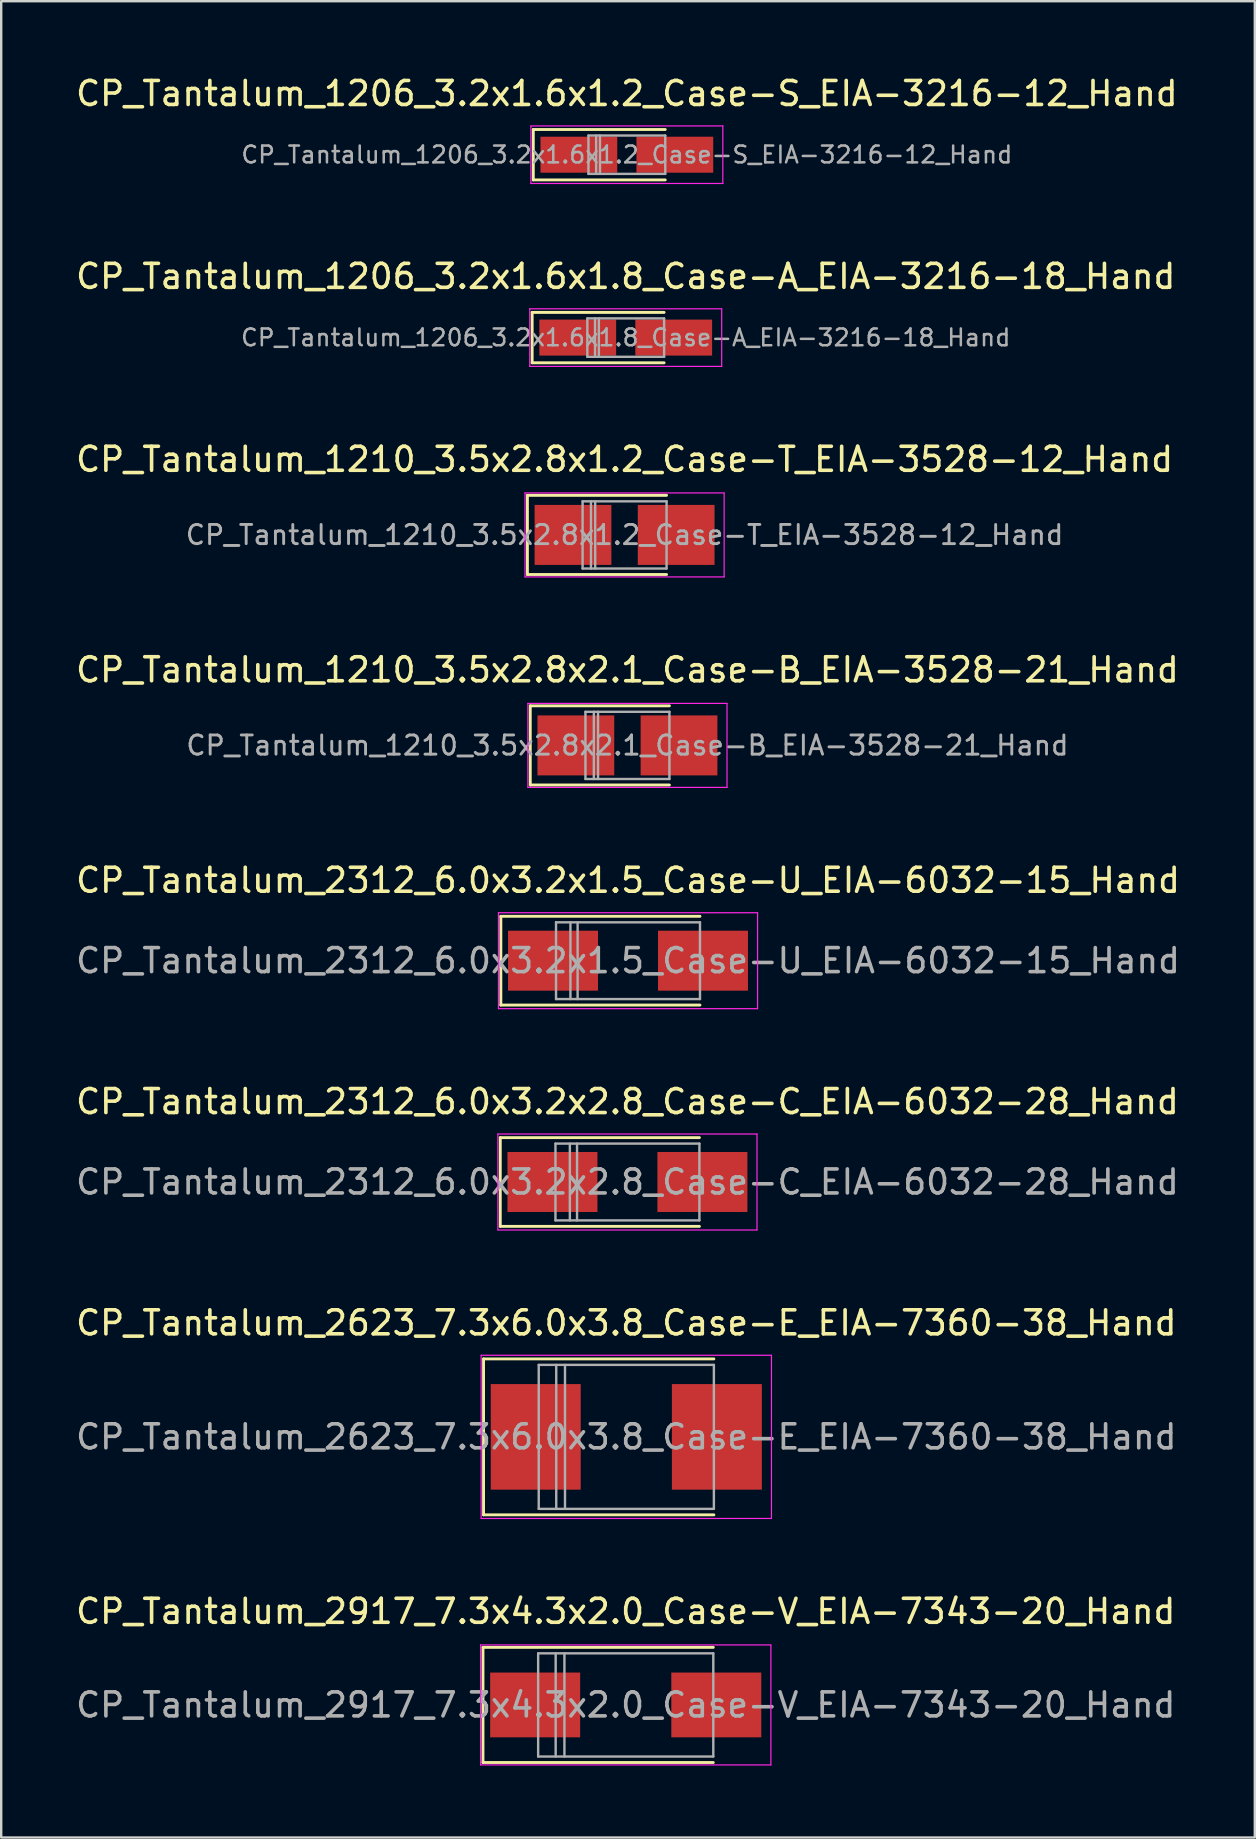
<source format=kicad_pcb>
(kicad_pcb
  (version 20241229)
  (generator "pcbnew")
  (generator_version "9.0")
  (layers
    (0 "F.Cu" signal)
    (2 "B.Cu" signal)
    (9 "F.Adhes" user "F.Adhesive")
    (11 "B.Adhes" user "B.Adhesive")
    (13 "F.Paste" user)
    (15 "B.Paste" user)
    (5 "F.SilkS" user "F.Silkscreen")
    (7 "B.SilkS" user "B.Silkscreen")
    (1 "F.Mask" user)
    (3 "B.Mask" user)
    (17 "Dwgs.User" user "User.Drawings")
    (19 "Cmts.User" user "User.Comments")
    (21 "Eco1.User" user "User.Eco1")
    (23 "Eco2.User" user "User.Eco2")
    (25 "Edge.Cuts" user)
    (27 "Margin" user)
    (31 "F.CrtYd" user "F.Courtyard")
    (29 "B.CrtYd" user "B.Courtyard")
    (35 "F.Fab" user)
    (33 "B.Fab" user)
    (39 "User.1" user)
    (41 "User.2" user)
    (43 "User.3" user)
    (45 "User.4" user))
  (footprint "CP_Tantalum_2312_6.0x3.2x1.5_Case-U_EIA-6032-15_Hand"
    (layer "F.Cu")
    (at 23.125 36.991)
    (property "Reference" "CP_Tantalum_2312_6.0x3.2x1.5_Case-U_EIA-6032-15_Hand" (at 0 -3.35 0) (layer "F.SilkS") (effects (font (size 1 1) (thickness 0.15))))
    (attr smd)
    (fp_line (start -5.3 -1.85) (end -5.3 1.85) (stroke (width 0.12) (type solid)) (layer "F.SilkS"))
    (fp_line (start -5.3 -1.85) (end 3 -1.85) (stroke (width 0.12) (type solid)) (layer "F.SilkS"))
    (fp_line (start -5.3 1.85) (end 3 1.85) (stroke (width 0.12) (type solid)) (layer "F.SilkS"))
    (fp_line (start -5.4 -2) (end -5.4 2) (stroke (width 0.05) (type solid)) (layer "F.CrtYd"))
    (fp_line (start -5.4 2) (end 5.4 2) (stroke (width 0.05) (type solid)) (layer "F.CrtYd"))
    (fp_line (start 5.4 -2) (end -5.4 -2) (stroke (width 0.05) (type solid)) (layer "F.CrtYd"))
    (fp_line (start 5.4 2) (end 5.4 -2) (stroke (width 0.05) (type solid)) (layer "F.CrtYd"))
    (fp_line (start -3 -1.6) (end -3 1.6) (stroke (width 0.1) (type solid)) (layer "F.Fab"))
    (fp_line (start -3 1.6) (end 3 1.6) (stroke (width 0.1) (type solid)) (layer "F.Fab"))
    (fp_line (start -2.4 -1.6) (end -2.4 1.6) (stroke (width 0.1) (type solid)) (layer "F.Fab"))
    (fp_line (start -2.1 -1.6) (end -2.1 1.6) (stroke (width 0.1) (type solid)) (layer "F.Fab"))
    (fp_line (start 3 -1.6) (end -3 -1.6) (stroke (width 0.1) (type solid)) (layer "F.Fab"))
    (fp_line (start 3 1.6) (end 3 -1.6) (stroke (width 0.1) (type solid)) (layer "F.Fab"))
    (fp_text user "${REFERENCE}" (at 0 0 0) (layer "F.Fab") (effects (font (size 1 1) (thickness 0.15))))
    (pad "1" smd rect (at -3.125 0) (size 3.75 2.5) (layers "F.Cu" "F.Mask" "F.Paste"))
    (pad "2" smd rect (at 3.125 0) (size 3.75 2.5) (layers "F.Cu" "F.Mask" "F.Paste")))
  (footprint "CP_Tantalum_2917_7.3x4.3x2.0_Case-V_EIA-7343-20_Hand"
    (layer "F.Cu")
    (at 23.03 68.011)
    (property "Reference" "CP_Tantalum_2917_7.3x4.3x2.0_Case-V_EIA-7343-20_Hand" (at 0 -3.9 0) (layer "F.SilkS") (effects (font (size 1 1) (thickness 0.15))))
    (attr smd)
    (fp_line (start -5.95 -2.4) (end -5.95 2.4) (stroke (width 0.12) (type solid)) (layer "F.SilkS"))
    (fp_line (start -5.95 -2.4) (end 3.65 -2.4) (stroke (width 0.12) (type solid)) (layer "F.SilkS"))
    (fp_line (start -5.95 2.4) (end 3.65 2.4) (stroke (width 0.12) (type solid)) (layer "F.SilkS"))
    (fp_line (start -6.05 -2.5) (end -6.05 2.5) (stroke (width 0.05) (type solid)) (layer "F.CrtYd"))
    (fp_line (start -6.05 2.5) (end 6.05 2.5) (stroke (width 0.05) (type solid)) (layer "F.CrtYd"))
    (fp_line (start 6.05 -2.5) (end -6.05 -2.5) (stroke (width 0.05) (type solid)) (layer "F.CrtYd"))
    (fp_line (start 6.05 2.5) (end 6.05 -2.5) (stroke (width 0.05) (type solid)) (layer "F.CrtYd"))
    (fp_line (start -3.65 -2.15) (end -3.65 2.15) (stroke (width 0.1) (type solid)) (layer "F.Fab"))
    (fp_line (start -3.65 2.15) (end 3.65 2.15) (stroke (width 0.1) (type solid)) (layer "F.Fab"))
    (fp_line (start -2.92 -2.15) (end -2.92 2.15) (stroke (width 0.1) (type solid)) (layer "F.Fab"))
    (fp_line (start -2.555 -2.15) (end -2.555 2.15) (stroke (width 0.1) (type solid)) (layer "F.Fab"))
    (fp_line (start 3.65 -2.15) (end -3.65 -2.15) (stroke (width 0.1) (type solid)) (layer "F.Fab"))
    (fp_line (start 3.65 2.15) (end 3.65 -2.15) (stroke (width 0.1) (type solid)) (layer "F.Fab"))
    (fp_text user "${REFERENCE}" (at 0 0 0) (layer "F.Fab") (effects (font (size 1 1) (thickness 0.15))))
    (pad "1" smd rect (at -3.775 0) (size 3.75 2.7) (layers "F.Cu" "F.Mask" "F.Paste"))
    (pad "2" smd rect (at 3.775 0) (size 3.75 2.7) (layers "F.Cu" "F.Mask" "F.Paste")))
  (footprint "CP_Tantalum_1206_3.2x1.6x1.8_Case-A_EIA-3216-18_Hand"
    (layer "F.Cu")
    (at 23.03 11.021)
    (property "Reference" "CP_Tantalum_1206_3.2x1.6x1.8_Case-A_EIA-3216-18_Hand" (at 0 -2.55 0) (layer "F.SilkS") (effects (font (size 1 1) (thickness 0.15))))
    (attr smd)
    (fp_line (start -3.9 -1.05) (end -3.9 1.05) (stroke (width 0.12) (type solid)) (layer "F.SilkS"))
    (fp_line (start -3.9 -1.05) (end 1.6 -1.05) (stroke (width 0.12) (type solid)) (layer "F.SilkS"))
    (fp_line (start -3.9 1.05) (end 1.6 1.05) (stroke (width 0.12) (type solid)) (layer "F.SilkS"))
    (fp_line (start -4 -1.2) (end -4 1.2) (stroke (width 0.05) (type solid)) (layer "F.CrtYd"))
    (fp_line (start -4 1.2) (end 4 1.2) (stroke (width 0.05) (type solid)) (layer "F.CrtYd"))
    (fp_line (start 4 -1.2) (end -4 -1.2) (stroke (width 0.05) (type solid)) (layer "F.CrtYd"))
    (fp_line (start 4 1.2) (end 4 -1.2) (stroke (width 0.05) (type solid)) (layer "F.CrtYd"))
    (fp_line (start -1.6 -0.8) (end -1.6 0.8) (stroke (width 0.1) (type solid)) (layer "F.Fab"))
    (fp_line (start -1.6 0.8) (end 1.6 0.8) (stroke (width 0.1) (type solid)) (layer "F.Fab"))
    (fp_line (start -1.28 -0.8) (end -1.28 0.8) (stroke (width 0.1) (type solid)) (layer "F.Fab"))
    (fp_line (start -1.12 -0.8) (end -1.12 0.8) (stroke (width 0.1) (type solid)) (layer "F.Fab"))
    (fp_line (start 1.6 -0.8) (end -1.6 -0.8) (stroke (width 0.1) (type solid)) (layer "F.Fab"))
    (fp_line (start 1.6 0.8) (end 1.6 -0.8) (stroke (width 0.1) (type solid)) (layer "F.Fab"))
    (fp_text user "${REFERENCE}" (at 0 0 0) (layer "F.Fab") (effects (font (size 0.7 0.7) (thickness 0.105))))
    (pad "1" smd rect (at -2 0) (size 3.2 1.5) (layers "F.Cu" "F.Mask" "F.Paste"))
    (pad "2" smd rect (at 2 0) (size 3.2 1.5) (layers "F.Cu" "F.Mask" "F.Paste")))
  (footprint "CP_Tantalum_2312_6.0x3.2x2.8_Case-C_EIA-6032-28_Hand"
    (layer "F.Cu")
    (at 23.101 46.215)
    (property "Reference" "CP_Tantalum_2312_6.0x3.2x2.8_Case-C_EIA-6032-28_Hand" (at 0 -3.35 0) (layer "F.SilkS") (effects (font (size 1 1) (thickness 0.15))))
    (attr smd)
    (fp_line (start -5.3 -1.85) (end -5.3 1.85) (stroke (width 0.12) (type solid)) (layer "F.SilkS"))
    (fp_line (start -5.3 -1.85) (end 3 -1.85) (stroke (width 0.12) (type solid)) (layer "F.SilkS"))
    (fp_line (start -5.3 1.85) (end 3 1.85) (stroke (width 0.12) (type solid)) (layer "F.SilkS"))
    (fp_line (start -5.4 -2) (end -5.4 2) (stroke (width 0.05) (type solid)) (layer "F.CrtYd"))
    (fp_line (start -5.4 2) (end 5.4 2) (stroke (width 0.05) (type solid)) (layer "F.CrtYd"))
    (fp_line (start 5.4 -2) (end -5.4 -2) (stroke (width 0.05) (type solid)) (layer "F.CrtYd"))
    (fp_line (start 5.4 2) (end 5.4 -2) (stroke (width 0.05) (type solid)) (layer "F.CrtYd"))
    (fp_line (start -3 -1.6) (end -3 1.6) (stroke (width 0.1) (type solid)) (layer "F.Fab"))
    (fp_line (start -3 1.6) (end 3 1.6) (stroke (width 0.1) (type solid)) (layer "F.Fab"))
    (fp_line (start -2.4 -1.6) (end -2.4 1.6) (stroke (width 0.1) (type solid)) (layer "F.Fab"))
    (fp_line (start -2.1 -1.6) (end -2.1 1.6) (stroke (width 0.1) (type solid)) (layer "F.Fab"))
    (fp_line (start 3 -1.6) (end -3 -1.6) (stroke (width 0.1) (type solid)) (layer "F.Fab"))
    (fp_line (start 3 1.6) (end 3 -1.6) (stroke (width 0.1) (type solid)) (layer "F.Fab"))
    (fp_text user "${REFERENCE}" (at 0 0 0) (layer "F.Fab") (effects (font (size 1 1) (thickness 0.15))))
    (pad "1" smd rect (at -3.125 0) (size 3.75 2.5) (layers "F.Cu" "F.Mask" "F.Paste"))
    (pad "2" smd rect (at 3.125 0) (size 3.75 2.5) (layers "F.Cu" "F.Mask" "F.Paste")))
  (footprint "CP_Tantalum_1206_3.2x1.6x1.2_Case-S_EIA-3216-12_Hand"
    (layer "F.Cu")
    (at 23.077 3.398)
    (property "Reference" "CP_Tantalum_1206_3.2x1.6x1.2_Case-S_EIA-3216-12_Hand" (at 0 -2.55 0) (layer "F.SilkS") (effects (font (size 1 1) (thickness 0.15))))
    (attr smd)
    (fp_line (start -3.9 -1.05) (end -3.9 1.05) (stroke (width 0.12) (type solid)) (layer "F.SilkS"))
    (fp_line (start -3.9 -1.05) (end 1.6 -1.05) (stroke (width 0.12) (type solid)) (layer "F.SilkS"))
    (fp_line (start -3.9 1.05) (end 1.6 1.05) (stroke (width 0.12) (type solid)) (layer "F.SilkS"))
    (fp_line (start -4 -1.2) (end -4 1.2) (stroke (width 0.05) (type solid)) (layer "F.CrtYd"))
    (fp_line (start -4 1.2) (end 4 1.2) (stroke (width 0.05) (type solid)) (layer "F.CrtYd"))
    (fp_line (start 4 -1.2) (end -4 -1.2) (stroke (width 0.05) (type solid)) (layer "F.CrtYd"))
    (fp_line (start 4 1.2) (end 4 -1.2) (stroke (width 0.05) (type solid)) (layer "F.CrtYd"))
    (fp_line (start -1.6 -0.8) (end -1.6 0.8) (stroke (width 0.1) (type solid)) (layer "F.Fab"))
    (fp_line (start -1.6 0.8) (end 1.6 0.8) (stroke (width 0.1) (type solid)) (layer "F.Fab"))
    (fp_line (start -1.28 -0.8) (end -1.28 0.8) (stroke (width 0.1) (type solid)) (layer "F.Fab"))
    (fp_line (start -1.12 -0.8) (end -1.12 0.8) (stroke (width 0.1) (type solid)) (layer "F.Fab"))
    (fp_line (start 1.6 -0.8) (end -1.6 -0.8) (stroke (width 0.1) (type solid)) (layer "F.Fab"))
    (fp_line (start 1.6 0.8) (end 1.6 -0.8) (stroke (width 0.1) (type solid)) (layer "F.Fab"))
    (fp_text user "${REFERENCE}" (at 0 0 0) (layer "F.Fab") (effects (font (size 0.7 0.7) (thickness 0.105))))
    (pad "1" smd rect (at -2 0) (size 3.2 1.5) (layers "F.Cu" "F.Mask" "F.Paste"))
    (pad "2" smd rect (at 2 0) (size 3.2 1.5) (layers "F.Cu" "F.Mask" "F.Paste")))
  (footprint "CP_Tantalum_1210_3.5x2.8x1.2_Case-T_EIA-3528-12_Hand"
    (layer "F.Cu")
    (at 22.982 19.245)
    (property "Reference" "CP_Tantalum_1210_3.5x2.8x1.2_Case-T_EIA-3528-12_Hand" (at 0 -3.15 0) (layer "F.SilkS") (effects (font (size 1 1) (thickness 0.15))))
    (attr smd)
    (fp_line (start -4.05 -1.65) (end -4.05 1.65) (stroke (width 0.12) (type solid)) (layer "F.SilkS"))
    (fp_line (start -4.05 -1.65) (end 1.75 -1.65) (stroke (width 0.12) (type solid)) (layer "F.SilkS"))
    (fp_line (start -4.05 1.65) (end 1.75 1.65) (stroke (width 0.12) (type solid)) (layer "F.SilkS"))
    (fp_line (start -4.15 -1.75) (end -4.15 1.75) (stroke (width 0.05) (type solid)) (layer "F.CrtYd"))
    (fp_line (start -4.15 1.75) (end 4.15 1.75) (stroke (width 0.05) (type solid)) (layer "F.CrtYd"))
    (fp_line (start 4.15 -1.75) (end -4.15 -1.75) (stroke (width 0.05) (type solid)) (layer "F.CrtYd"))
    (fp_line (start 4.15 1.75) (end 4.15 -1.75) (stroke (width 0.05) (type solid)) (layer "F.CrtYd"))
    (fp_line (start -1.75 -1.4) (end -1.75 1.4) (stroke (width 0.1) (type solid)) (layer "F.Fab"))
    (fp_line (start -1.75 1.4) (end 1.75 1.4) (stroke (width 0.1) (type solid)) (layer "F.Fab"))
    (fp_line (start -1.4 -1.4) (end -1.4 1.4) (stroke (width 0.1) (type solid)) (layer "F.Fab"))
    (fp_line (start -1.225 -1.4) (end -1.225 1.4) (stroke (width 0.1) (type solid)) (layer "F.Fab"))
    (fp_line (start 1.75 -1.4) (end -1.75 -1.4) (stroke (width 0.1) (type solid)) (layer "F.Fab"))
    (fp_line (start 1.75 1.4) (end 1.75 -1.4) (stroke (width 0.1) (type solid)) (layer "F.Fab"))
    (fp_text user "${REFERENCE}" (at 0 0 0) (layer "F.Fab") (effects (font (size 0.8 0.8) (thickness 0.12))))
    (pad "1" smd rect (at -2.15 0) (size 3.2 2.5) (layers "F.Cu" "F.Mask" "F.Paste"))
    (pad "2" smd rect (at 2.15 0) (size 3.2 2.5) (layers "F.Cu" "F.Mask" "F.Paste")))
  (footprint "CP_Tantalum_2623_7.3x6.0x3.8_Case-E_EIA-7360-38_Hand"
    (layer "F.Cu")
    (at 23.054 56.838)
    (property "Reference" "CP_Tantalum_2623_7.3x6.0x3.8_Case-E_EIA-7360-38_Hand" (at 0 -4.75 0) (layer "F.SilkS") (effects (font (size 1 1) (thickness 0.15))))
    (attr smd)
    (fp_line (start -5.95 -3.25) (end -5.95 3.25) (stroke (width 0.12) (type solid)) (layer "F.SilkS"))
    (fp_line (start -5.95 -3.25) (end 3.65 -3.25) (stroke (width 0.12) (type solid)) (layer "F.SilkS"))
    (fp_line (start -5.95 3.25) (end 3.65 3.25) (stroke (width 0.12) (type solid)) (layer "F.SilkS"))
    (fp_line (start -6.05 -3.4) (end -6.05 3.4) (stroke (width 0.05) (type solid)) (layer "F.CrtYd"))
    (fp_line (start -6.05 3.4) (end 6.05 3.4) (stroke (width 0.05) (type solid)) (layer "F.CrtYd"))
    (fp_line (start 6.05 -3.4) (end -6.05 -3.4) (stroke (width 0.05) (type solid)) (layer "F.CrtYd"))
    (fp_line (start 6.05 3.4) (end 6.05 -3.4) (stroke (width 0.05) (type solid)) (layer "F.CrtYd"))
    (fp_line (start -3.65 -3) (end -3.65 3) (stroke (width 0.1) (type solid)) (layer "F.Fab"))
    (fp_line (start -3.65 3) (end 3.65 3) (stroke (width 0.1) (type solid)) (layer "F.Fab"))
    (fp_line (start -2.92 -3) (end -2.92 3) (stroke (width 0.1) (type solid)) (layer "F.Fab"))
    (fp_line (start -2.555 -3) (end -2.555 3) (stroke (width 0.1) (type solid)) (layer "F.Fab"))
    (fp_line (start 3.65 -3) (end -3.65 -3) (stroke (width 0.1) (type solid)) (layer "F.Fab"))
    (fp_line (start 3.65 3) (end 3.65 -3) (stroke (width 0.1) (type solid)) (layer "F.Fab"))
    (fp_text user "${REFERENCE}" (at 0 0 0) (layer "F.Fab") (effects (font (size 1 1) (thickness 0.15))))
    (pad "1" smd rect (at -3.775 0) (size 3.75 4.4) (layers "F.Cu" "F.Mask" "F.Paste"))
    (pad "2" smd rect (at 3.775 0) (size 3.75 4.4) (layers "F.Cu" "F.Mask" "F.Paste")))
  (footprint "CP_Tantalum_1210_3.5x2.8x2.1_Case-B_EIA-3528-21_Hand"
    (layer "F.Cu")
    (at 23.101 28.018)
    (property "Reference" "CP_Tantalum_1210_3.5x2.8x2.1_Case-B_EIA-3528-21_Hand" (at 0 -3.15 0) (layer "F.SilkS") (effects (font (size 1 1) (thickness 0.15))))
    (attr smd)
    (fp_line (start -4.05 -1.65) (end -4.05 1.65) (stroke (width 0.12) (type solid)) (layer "F.SilkS"))
    (fp_line (start -4.05 -1.65) (end 1.75 -1.65) (stroke (width 0.12) (type solid)) (layer "F.SilkS"))
    (fp_line (start -4.05 1.65) (end 1.75 1.65) (stroke (width 0.12) (type solid)) (layer "F.SilkS"))
    (fp_line (start -4.15 -1.75) (end -4.15 1.75) (stroke (width 0.05) (type solid)) (layer "F.CrtYd"))
    (fp_line (start -4.15 1.75) (end 4.15 1.75) (stroke (width 0.05) (type solid)) (layer "F.CrtYd"))
    (fp_line (start 4.15 -1.75) (end -4.15 -1.75) (stroke (width 0.05) (type solid)) (layer "F.CrtYd"))
    (fp_line (start 4.15 1.75) (end 4.15 -1.75) (stroke (width 0.05) (type solid)) (layer "F.CrtYd"))
    (fp_line (start -1.75 -1.4) (end -1.75 1.4) (stroke (width 0.1) (type solid)) (layer "F.Fab"))
    (fp_line (start -1.75 1.4) (end 1.75 1.4) (stroke (width 0.1) (type solid)) (layer "F.Fab"))
    (fp_line (start -1.4 -1.4) (end -1.4 1.4) (stroke (width 0.1) (type solid)) (layer "F.Fab"))
    (fp_line (start -1.225 -1.4) (end -1.225 1.4) (stroke (width 0.1) (type solid)) (layer "F.Fab"))
    (fp_line (start 1.75 -1.4) (end -1.75 -1.4) (stroke (width 0.1) (type solid)) (layer "F.Fab"))
    (fp_line (start 1.75 1.4) (end 1.75 -1.4) (stroke (width 0.1) (type solid)) (layer "F.Fab"))
    (fp_text user "${REFERENCE}" (at 0 0 0) (layer "F.Fab") (effects (font (size 0.8 0.8) (thickness 0.12))))
    (pad "1" smd rect (at -2.15 0) (size 3.2 2.5) (layers "F.Cu" "F.Mask" "F.Paste"))
    (pad "2" smd rect (at 2.15 0) (size 3.2 2.5) (layers "F.Cu" "F.Mask" "F.Paste")))
  (gr_rect
    (start -3 -3)
    (end 49.25 73.536)
    (stroke (width 0.1) (type default))
    (fill no)
    (layer "Edge.Cuts")))
</source>
